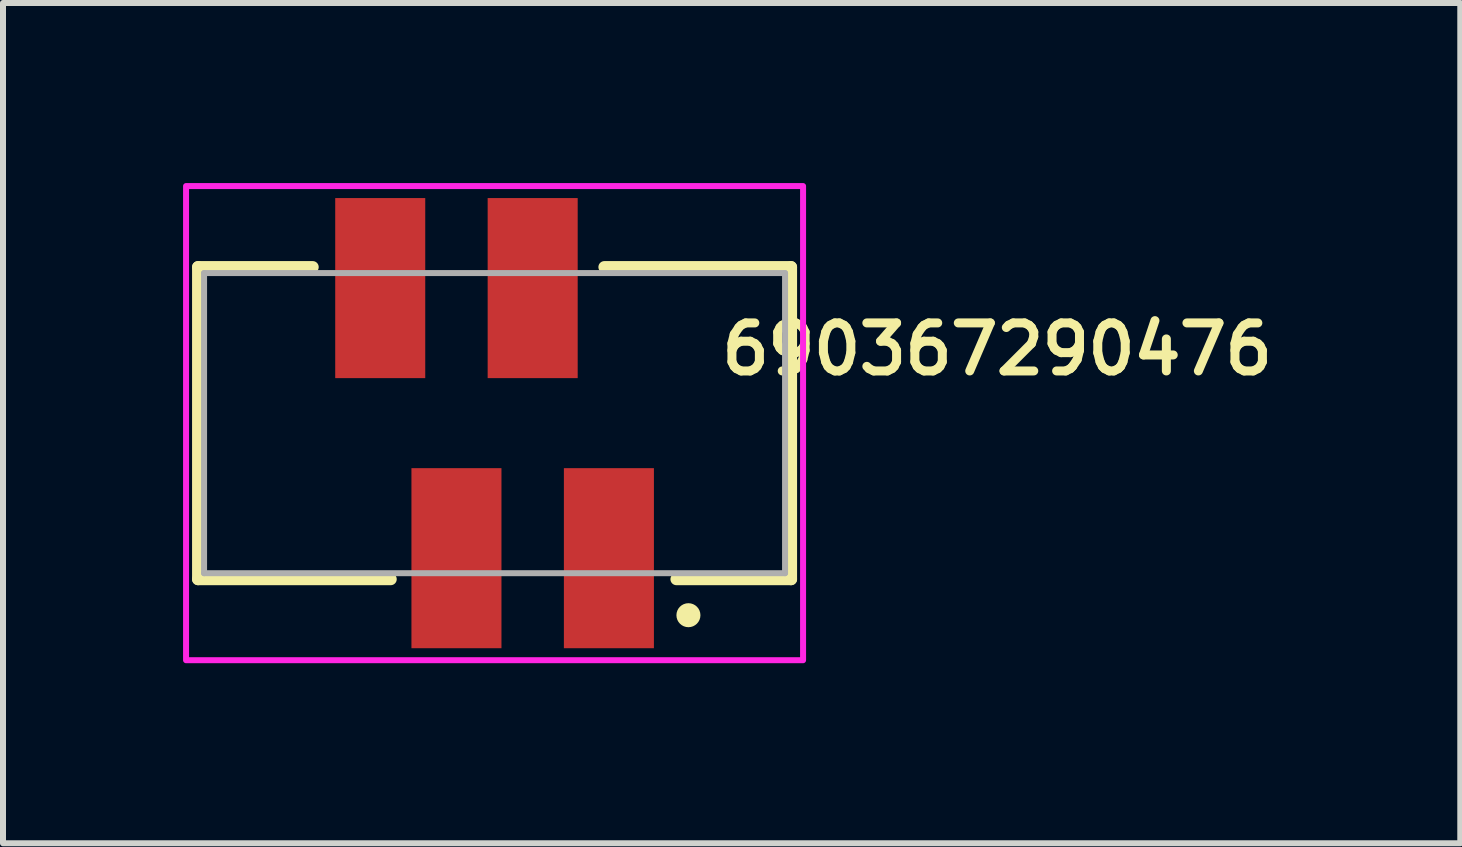
<source format=kicad_pcb>
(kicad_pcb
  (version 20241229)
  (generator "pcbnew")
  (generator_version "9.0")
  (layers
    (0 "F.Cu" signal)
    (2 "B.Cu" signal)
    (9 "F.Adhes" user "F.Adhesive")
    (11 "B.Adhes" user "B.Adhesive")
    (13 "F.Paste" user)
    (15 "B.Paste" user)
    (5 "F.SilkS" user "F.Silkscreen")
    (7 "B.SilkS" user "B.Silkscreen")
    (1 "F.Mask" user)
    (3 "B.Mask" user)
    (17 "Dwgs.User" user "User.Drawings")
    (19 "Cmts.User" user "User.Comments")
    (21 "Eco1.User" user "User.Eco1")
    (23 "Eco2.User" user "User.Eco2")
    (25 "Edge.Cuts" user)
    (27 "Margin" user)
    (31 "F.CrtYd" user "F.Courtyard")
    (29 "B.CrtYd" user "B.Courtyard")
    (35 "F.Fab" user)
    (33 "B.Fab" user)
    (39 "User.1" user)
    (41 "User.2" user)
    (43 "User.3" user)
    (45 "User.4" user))
  (footprint "690367290476"
    (layer "F.Cu")
    (at 5.19 4)
    (property "Reference" "690367290476" (at 8.374 -1.232 0) (layer "F.SilkS") (effects (font (size 0.8 0.8) (thickness 0.15))))
    (attr through_hole)
    (fp_line (start -4.94 -2.6) (end -4.94 2.6) (stroke (width 0.2) (type solid)) (layer "F.SilkS"))
    (fp_line (start -4.94 2.6) (end -1.73 2.6) (stroke (width 0.2) (type solid)) (layer "F.SilkS"))
    (fp_line (start -3.03 -2.6) (end -4.94 -2.6) (stroke (width 0.2) (type solid)) (layer "F.SilkS"))
    (fp_line (start 1.83 -2.6) (end 4.94 -2.6) (stroke (width 0.2) (type solid)) (layer "F.SilkS"))
    (fp_line (start 4.94 -2.6) (end 4.94 2.6) (stroke (width 0.2) (type solid)) (layer "F.SilkS"))
    (fp_line (start 4.94 2.6) (end 3.03 2.6) (stroke (width 0.2) (type solid)) (layer "F.SilkS"))
    (fp_circle (center 3.23 3.2) (end 3.33 3.2) (stroke (width 0.2) (type solid)) (fill no) (layer "F.SilkS"))
    (fp_poly (pts (xy 5.14 3.95) (xy -5.14 3.95) (xy -5.14 -3.95) (xy 5.14 -3.95)) (stroke (width 0.1) (type solid)) (fill no) (layer "F.CrtYd"))
    (fp_line (start -4.84 -2.5) (end -4.84 2.5) (stroke (width 0.1) (type solid)) (layer "F.Fab"))
    (fp_line (start 4.84 -2.5) (end -4.84 -2.5) (stroke (width 0.1) (type solid)) (layer "F.Fab"))
    (fp_line (start 4.84 2.5) (end -4.84 2.5) (stroke (width 0.1) (type solid)) (layer "F.Fab"))
    (fp_line (start 4.84 2.5) (end 4.84 -2.5) (stroke (width 0.1) (type solid)) (layer "F.Fab"))
    (pad "1" smd rect (at 1.905 2.25) (size 1.5 3) (layers "F.Cu" "F.Mask" "F.Paste"))
    (pad "2" smd rect (at 0.635 -2.25) (size 1.5 3) (layers "F.Cu" "F.Mask" "F.Paste"))
    (pad "3" smd rect (at -0.635 2.25) (size 1.5 3) (layers "F.Cu" "F.Mask" "F.Paste"))
    (pad "4" smd rect (at -1.905 -2.25) (size 1.5 3) (layers "F.Cu" "F.Mask" "F.Paste")))
  (gr_rect
    (start -3 -3)
    (end 21.28 11)
    (stroke (width 0.1) (type default))
    (fill no)
    (layer "Edge.Cuts")))
</source>
